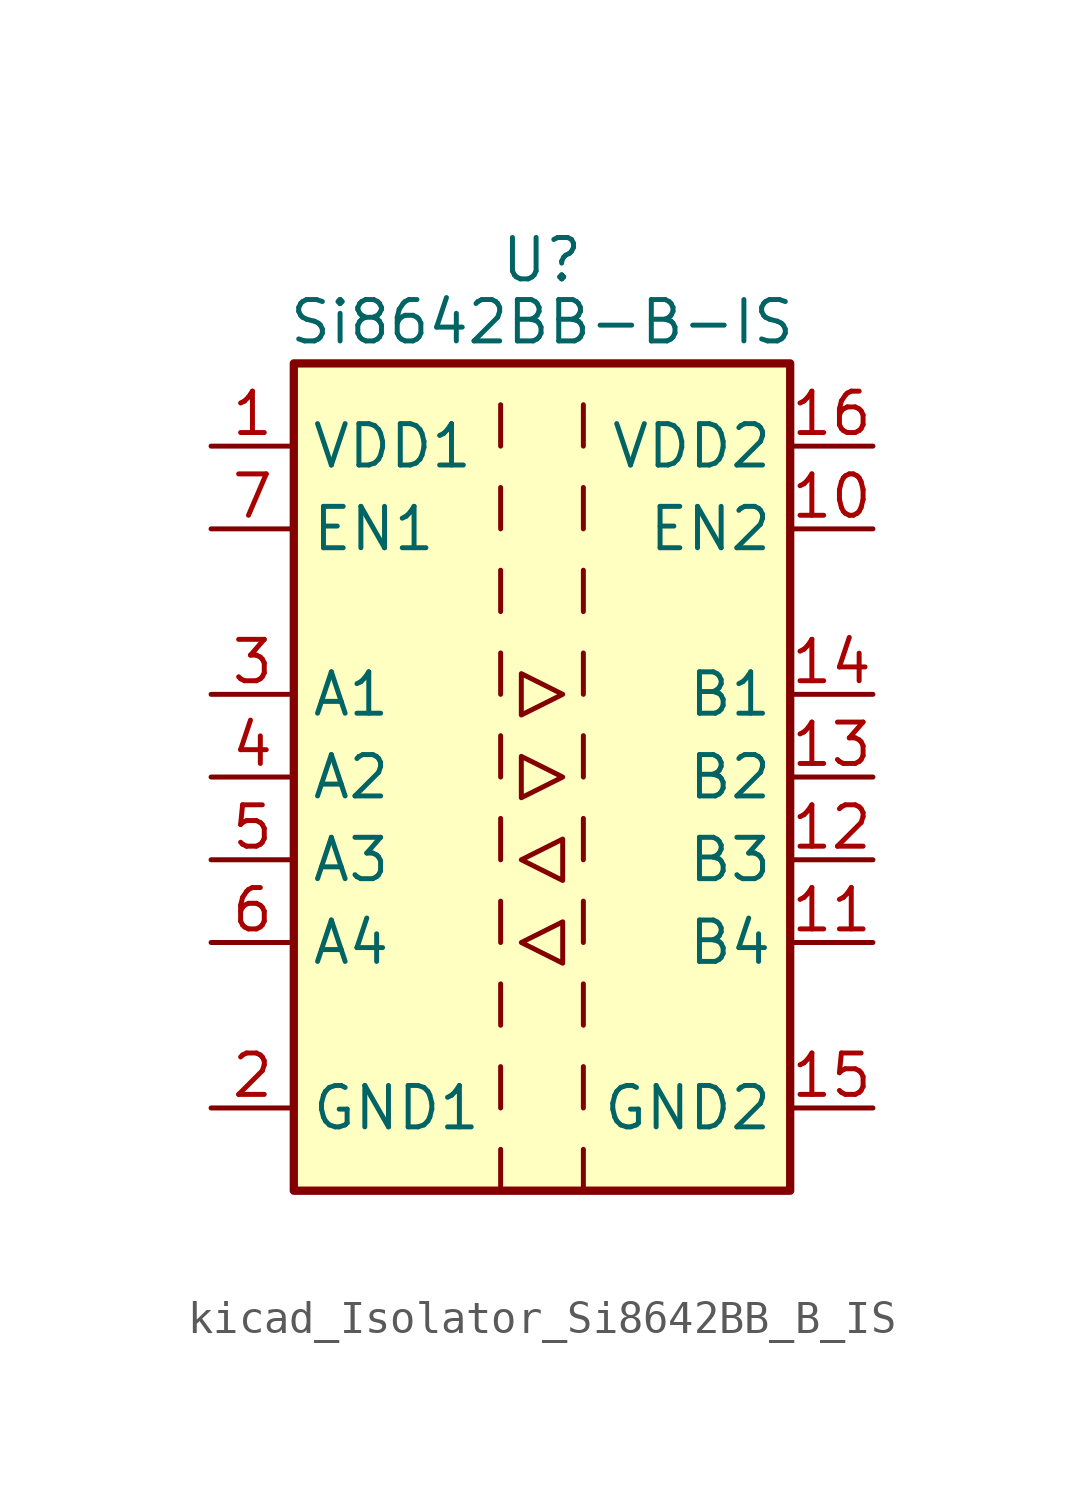
<source format=kicad_sym>
(kicad_symbol_lib
  (version 20220914)
  (generator kicad_symbol_editor)
  (symbol "kicad_Isolator_Si8642BB_B_IS"
    (property "Reference" "U"
      (at 0 15.875 0)
      (effects (font (size 1.27 1.27))))
    (property "Value" "Si8642BB-B-IS"
      (at 0 13.97 0)
      (effects (font (size 1.27 1.27))))
    (symbol "kicad_Isolator_Si8642BB_B_IS_0_1"
      (rectangle (start -7.62 12.7) (end 7.62 -12.7) (stroke (width 0.254) (type default)) (fill (type background)))
      (polyline (pts (xy -1.27 -11.43) (xy -1.27 -12.7)) (stroke (width 0) (type default)) (fill (type none)))
      (polyline (pts (xy -1.27 -8.89) (xy -1.27 -10.16)) (stroke (width 0) (type default)) (fill (type none)))
      (polyline (pts (xy -1.27 -6.35) (xy -1.27 -7.62)) (stroke (width 0) (type default)) (fill (type none)))
      (polyline (pts (xy -1.27 -3.81) (xy -1.27 -5.08)) (stroke (width 0) (type default)) (fill (type none)))
      (polyline (pts (xy -1.27 -1.27) (xy -1.27 -2.54)) (stroke (width 0) (type default)) (fill (type none)))
      (polyline (pts (xy -1.27 1.27) (xy -1.27 0)) (stroke (width 0) (type default)) (fill (type none)))
      (polyline (pts (xy -1.27 3.81) (xy -1.27 2.54)) (stroke (width 0) (type default)) (fill (type none)))
      (polyline (pts (xy -1.27 6.35) (xy -1.27 5.08)) (stroke (width 0) (type default)) (fill (type none)))
      (polyline (pts (xy -1.27 8.89) (xy -1.27 7.62)) (stroke (width 0) (type default)) (fill (type none)))
      (polyline (pts (xy -1.27 11.43) (xy -1.27 10.16)) (stroke (width 0) (type default)) (fill (type none)))
      (polyline (pts (xy 1.27 -11.43) (xy 1.27 -12.7)) (stroke (width 0) (type default)) (fill (type none)))
      (polyline (pts (xy 1.27 -8.89) (xy 1.27 -10.16)) (stroke (width 0) (type default)) (fill (type none)))
      (polyline (pts (xy 1.27 -6.35) (xy 1.27 -7.62)) (stroke (width 0) (type default)) (fill (type none)))
      (polyline (pts (xy 1.27 -3.81) (xy 1.27 -5.08)) (stroke (width 0) (type default)) (fill (type none)))
      (polyline (pts (xy 1.27 -1.27) (xy 1.27 -2.54)) (stroke (width 0) (type default)) (fill (type none)))
      (polyline (pts (xy 1.27 1.27) (xy 1.27 0)) (stroke (width 0) (type default)) (fill (type none)))
      (polyline (pts (xy 1.27 3.81) (xy 1.27 2.54)) (stroke (width 0) (type default)) (fill (type none)))
      (polyline (pts (xy 1.27 6.35) (xy 1.27 5.08)) (stroke (width 0) (type default)) (fill (type none)))
      (polyline (pts (xy 1.27 8.89) (xy 1.27 7.62)) (stroke (width 0) (type default)) (fill (type none)))
      (polyline (pts (xy 1.27 11.43) (xy 1.27 10.16)) (stroke (width 0) (type default)) (fill (type none)))
      (polyline (pts (xy -0.635 -5.08) (xy 0.635 -4.445) (xy 0.635 -5.715) (xy -0.635 -5.08)) (stroke (width 0) (type default)) (fill (type none)))
      (polyline (pts (xy -0.635 -2.54) (xy 0.635 -1.905) (xy 0.635 -3.175) (xy -0.635 -2.54)) (stroke (width 0) (type default)) (fill (type none)))
      (polyline (pts (xy -0.635 0.635) (xy -0.635 -0.635) (xy 0.635 0) (xy -0.635 0.635)) (stroke (width 0) (type default)) (fill (type none)))
      (polyline (pts (xy -0.635 3.175) (xy -0.635 1.905) (xy 0.635 2.54) (xy -0.635 3.175)) (stroke (width 0) (type default)) (fill (type none))))
    (symbol "kicad_Isolator_Si8642BB_B_IS_1_1"
      (pin power_in line (at -10.16 10.16 0) (length 2.54) (name "VDD1" (effects (font (size 1.27 1.27)))) (number "1" (effects (font (size 1.27 1.27)))))
      (pin input line (at 10.16 7.62 180) (length 2.54) (name "EN2" (effects (font (size 1.27 1.27)))) (number "10" (effects (font (size 1.27 1.27)))))
      (pin input line (at 10.16 -5.08 180) (length 2.54) (name "B4" (effects (font (size 1.27 1.27)))) (number "11" (effects (font (size 1.27 1.27)))))
      (pin input line (at 10.16 -2.54 180) (length 2.54) (name "B3" (effects (font (size 1.27 1.27)))) (number "12" (effects (font (size 1.27 1.27)))))
      (pin output line (at 10.16 0 180) (length 2.54) (name "B2" (effects (font (size 1.27 1.27)))) (number "13" (effects (font (size 1.27 1.27)))))
      (pin output line (at 10.16 2.54 180) (length 2.54) (name "B1" (effects (font (size 1.27 1.27)))) (number "14" (effects (font (size 1.27 1.27)))))
      (pin power_in line (at 10.16 -10.16 180) (length 2.54) (name "GND2" (effects (font (size 1.27 1.27)))) (number "15" (effects (font (size 1.27 1.27)))))
      (pin power_in line (at 10.16 10.16 180) (length 2.54) (name "VDD2" (effects (font (size 1.27 1.27)))) (number "16" (effects (font (size 1.27 1.27)))))
      (pin power_in line (at -10.16 -10.16 0) (length 2.54) (name "GND1" (effects (font (size 1.27 1.27)))) (number "2" (effects (font (size 1.27 1.27)))))
      (pin input line (at -10.16 2.54 0) (length 2.54) (name "A1" (effects (font (size 1.27 1.27)))) (number "3" (effects (font (size 1.27 1.27)))))
      (pin input line (at -10.16 0 0) (length 2.54) (name "A2" (effects (font (size 1.27 1.27)))) (number "4" (effects (font (size 1.27 1.27)))))
      (pin output line (at -10.16 -2.54 0) (length 2.54) (name "A3" (effects (font (size 1.27 1.27)))) (number "5" (effects (font (size 1.27 1.27)))))
      (pin output line (at -10.16 -5.08 0) (length 2.54) (name "A4" (effects (font (size 1.27 1.27)))) (number "6" (effects (font (size 1.27 1.27)))))
      (pin input line (at -10.16 7.62 0) (length 2.54) (name "EN1" (effects (font (size 1.27 1.27)))) (number "7" (effects (font (size 1.27 1.27)))))
      (pin passive line (at -10.16 -10.16 0) (length 2.54) hide (name "GND1" (effects (font (size 1.27 1.27)))) (number "8" (effects (font (size 1.27 1.27)))))
      (pin passive line (at 10.16 -10.16 180) (length 2.54) hide (name "GND2" (effects (font (size 1.27 1.27)))) (number "9" (effects (font (size 1.27 1.27))))))))
</source>
